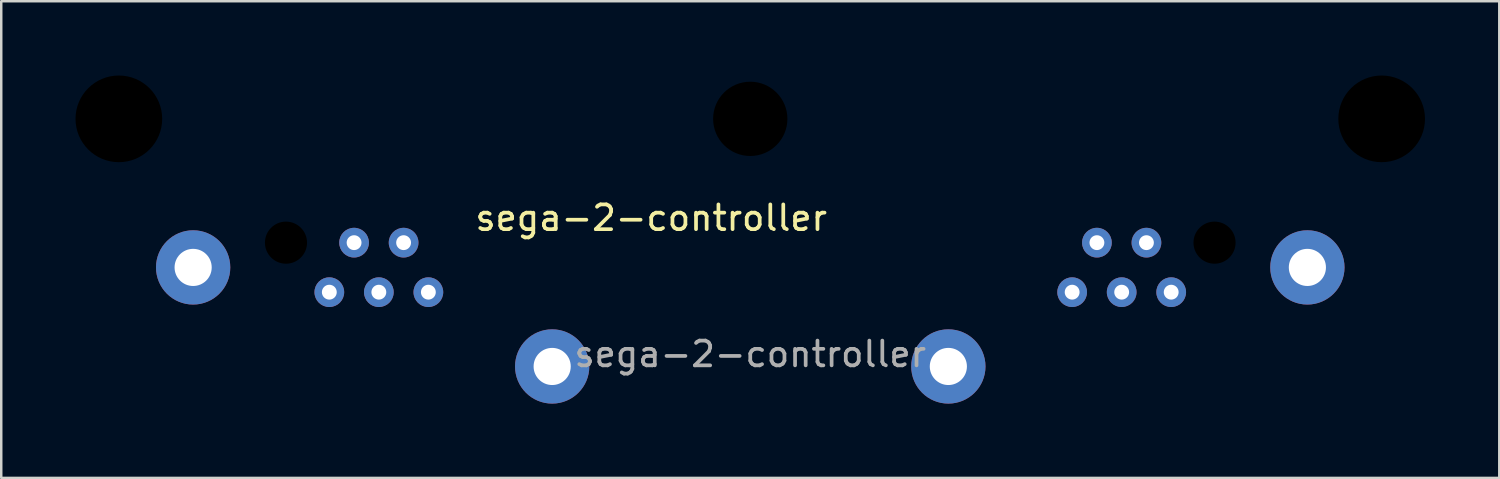
<source format=kicad_pcb>
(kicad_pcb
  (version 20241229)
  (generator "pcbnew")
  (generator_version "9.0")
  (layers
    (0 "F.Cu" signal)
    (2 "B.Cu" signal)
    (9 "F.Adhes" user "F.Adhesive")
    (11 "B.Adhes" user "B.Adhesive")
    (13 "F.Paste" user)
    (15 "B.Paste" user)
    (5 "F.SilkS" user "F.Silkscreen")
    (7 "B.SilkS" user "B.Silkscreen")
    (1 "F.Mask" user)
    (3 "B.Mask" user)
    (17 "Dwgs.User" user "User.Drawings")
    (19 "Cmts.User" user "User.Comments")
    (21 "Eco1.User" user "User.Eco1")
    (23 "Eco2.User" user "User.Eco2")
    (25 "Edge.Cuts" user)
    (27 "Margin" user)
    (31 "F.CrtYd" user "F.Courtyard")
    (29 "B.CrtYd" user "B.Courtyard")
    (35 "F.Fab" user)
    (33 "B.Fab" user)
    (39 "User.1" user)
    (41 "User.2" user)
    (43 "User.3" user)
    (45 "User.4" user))
  (footprint "sega-2-controller"
    (layer "F.Cu")
    (at 27.25 8.75)
    (property "Reference" "sega-2-controller" (at -4 -3 0) (unlocked yes) (layer "F.SilkS") (effects (font (size 1 1) (thickness 0.15))))
    (attr smd)
    (fp_text user "${REFERENCE}" (at 0 2.5 0) (unlocked yes) (layer "F.Fab") (effects (font (size 1 1) (thickness 0.15))))
    (pad "" np_thru_hole circle (at -25.5 -7) (size 3.5 3.5) (drill 3.5) (layers "*.Mask"))
    (pad "" thru_hole circle (at -22.5 -1) (size 3 3) (drill 1.5) (layers "*.Cu" "*.Mask"))
    (pad "" np_thru_hole circle (at -18.75 -2) (size 1.7 1.7) (drill 1.7) (layers "*.Mask"))
    (pad "" thru_hole circle (at -8 3) (size 3 3) (drill 1.5) (layers "*.Cu" "*.Mask"))
    (pad "" np_thru_hole circle (at 0 -7) (size 3 3) (drill 3) (layers "*.Mask"))
    (pad "" thru_hole circle (at 8 3) (size 3 3) (drill 1.5) (layers "*.Cu" "*.Mask"))
    (pad "" np_thru_hole circle (at 18.75 -2) (size 1.7 1.7) (drill 1.7) (layers "*.Mask"))
    (pad "" thru_hole circle (at 22.5 -1) (size 3 3) (drill 1.5) (layers "*.Cu" "*.Mask"))
    (pad "" np_thru_hole circle (at 25.5 -7) (size 3.5 3.5) (drill 3.5) (layers "*.Mask"))
    (pad "1" thru_hole circle (at -17 0) (size 1.2 1.2) (drill 0.6) (layers "*.Cu" "*.Mask"))
    (pad "1" thru_hole circle (at -16 -2) (size 1.2 1.2) (drill 0.6) (layers "*.Cu" "*.Mask"))
    (pad "1" thru_hole circle (at -15 0) (size 1.2 1.2) (drill 0.6) (layers "*.Cu" "*.Mask"))
    (pad "1" thru_hole circle (at -14 -2) (size 1.2 1.2) (drill 0.6) (layers "*.Cu" "*.Mask"))
    (pad "1" thru_hole circle (at -13 0) (size 1.2 1.2) (drill 0.6) (layers "*.Cu" "*.Mask"))
    (pad "1" thru_hole circle (at 13 0) (size 1.2 1.2) (drill 0.6) (layers "*.Cu" "*.Mask"))
    (pad "1" thru_hole circle (at 14 -2) (size 1.2 1.2) (drill 0.6) (layers "*.Cu" "*.Mask"))
    (pad "1" thru_hole circle (at 15 0) (size 1.2 1.2) (drill 0.6) (layers "*.Cu" "*.Mask"))
    (pad "1" thru_hole circle (at 16 -2) (size 1.2 1.2) (drill 0.6) (layers "*.Cu" "*.Mask"))
    (pad "1" thru_hole circle (at 17 0) (size 1.2 1.2) (drill 0.6) (layers "*.Cu" "*.Mask")))
  (gr_rect
    (start -3 -3)
    (end 57.5 16.25)
    (stroke (width 0.1) (type default))
    (fill no)
    (layer "Edge.Cuts")))
</source>
